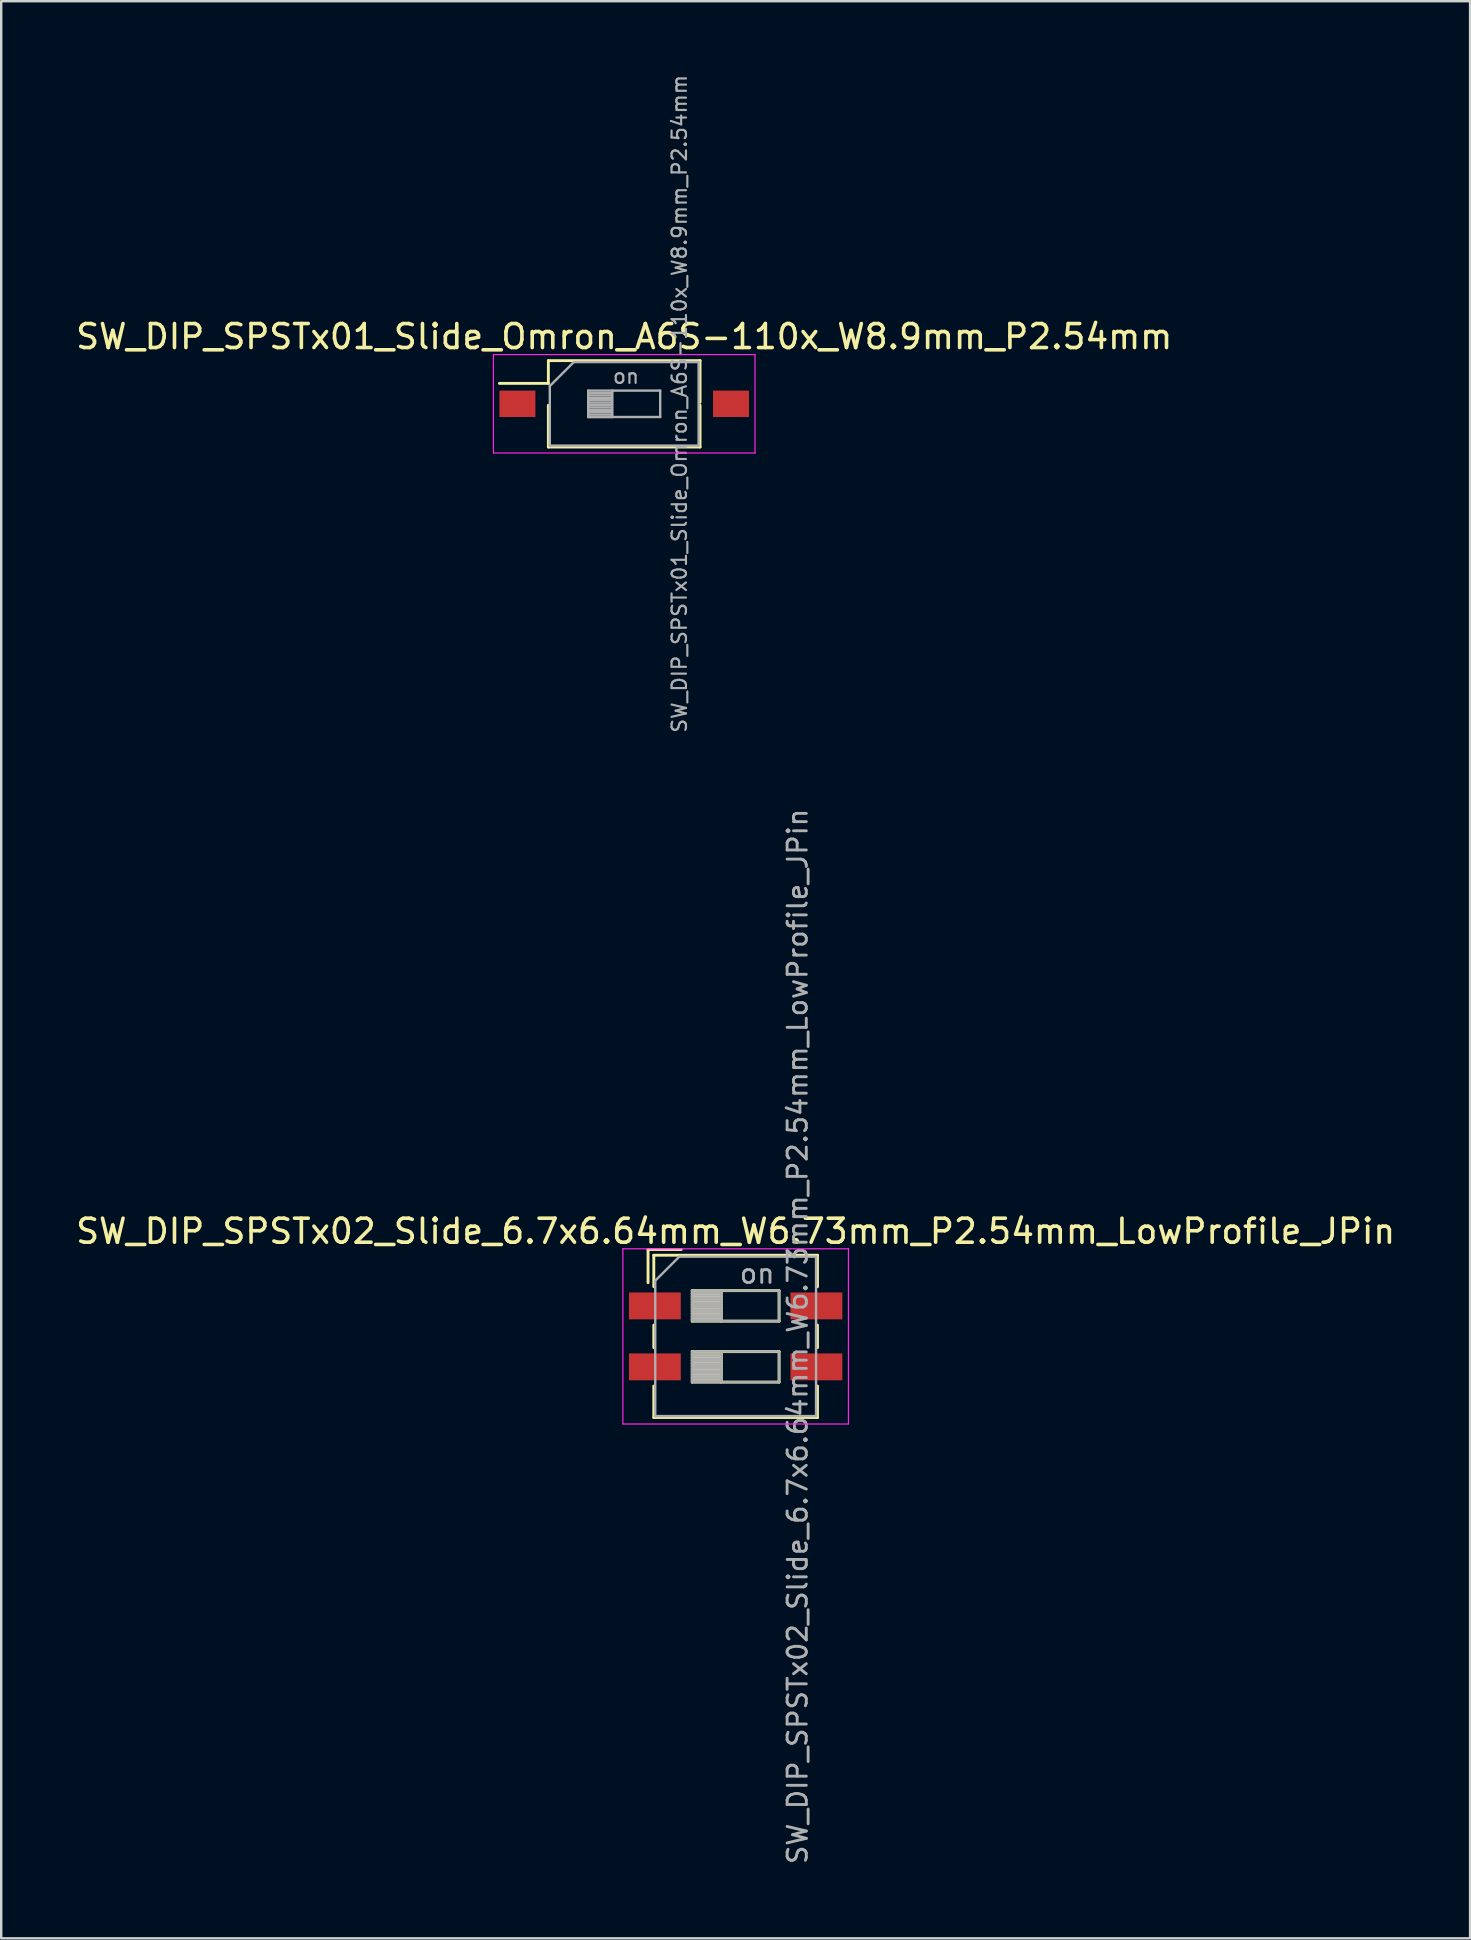
<source format=kicad_pcb>
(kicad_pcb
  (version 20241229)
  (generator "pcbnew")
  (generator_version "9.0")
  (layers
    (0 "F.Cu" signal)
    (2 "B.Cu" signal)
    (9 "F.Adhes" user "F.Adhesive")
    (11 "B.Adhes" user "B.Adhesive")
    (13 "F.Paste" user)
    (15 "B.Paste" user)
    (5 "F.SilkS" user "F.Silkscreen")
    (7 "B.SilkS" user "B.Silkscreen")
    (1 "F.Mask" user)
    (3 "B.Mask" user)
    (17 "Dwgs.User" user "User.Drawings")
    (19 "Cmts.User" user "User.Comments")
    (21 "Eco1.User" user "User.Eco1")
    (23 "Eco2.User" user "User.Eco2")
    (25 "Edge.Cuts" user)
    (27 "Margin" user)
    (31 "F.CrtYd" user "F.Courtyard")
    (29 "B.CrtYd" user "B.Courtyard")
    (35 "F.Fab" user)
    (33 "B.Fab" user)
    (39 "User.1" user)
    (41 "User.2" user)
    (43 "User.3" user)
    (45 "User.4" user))
  (footprint "SW_DIP_SPSTx01_Slide_Omron_A6S-110x_W8.9mm_P2.54mm"
    (layer "F.Cu")
    (at 22.958 13.775)
    (property "Reference" "SW_DIP_SPSTx01_Slide_Omron_A6S-110x_W8.9mm_P2.54mm" (at 0 -2.8 0) (layer "F.SilkS") (effects (font (size 1 1) (thickness 0.15))))
    (attr smd)
    (fp_line (start -5.2 -0.851) (end -3.16 -0.851) (stroke (width 0.12) (type solid)) (layer "F.SilkS"))
    (fp_line (start -3.16 -1.8) (end -3.16 -0.851) (stroke (width 0.12) (type solid)) (layer "F.SilkS"))
    (fp_line (start -3.16 -1.8) (end 3.16 -1.8) (stroke (width 0.12) (type solid)) (layer "F.SilkS"))
    (fp_line (start -3.16 0.061) (end -3.16 1.8) (stroke (width 0.12) (type solid)) (layer "F.SilkS"))
    (fp_line (start -3.16 1.8) (end 3.16 1.8) (stroke (width 0.12) (type solid)) (layer "F.SilkS"))
    (fp_line (start 3.16 -1.8) (end 3.16 -0.061) (stroke (width 0.12) (type solid)) (layer "F.SilkS"))
    (fp_line (start 3.16 0.061) (end 3.16 1.8) (stroke (width 0.12) (type solid)) (layer "F.SilkS"))
    (fp_line (start -5.45 -2.05) (end -5.45 2.05) (stroke (width 0.05) (type solid)) (layer "F.CrtYd"))
    (fp_line (start -5.45 2.05) (end 5.45 2.05) (stroke (width 0.05) (type solid)) (layer "F.CrtYd"))
    (fp_line (start 5.45 -2.05) (end -5.45 -2.05) (stroke (width 0.05) (type solid)) (layer "F.CrtYd"))
    (fp_line (start 5.45 2.05) (end 5.45 -2.05) (stroke (width 0.05) (type solid)) (layer "F.CrtYd"))
    (fp_line (start -3.1 -0.74) (end -2.1 -1.74) (stroke (width 0.1) (type solid)) (layer "F.Fab"))
    (fp_line (start -3.1 1.74) (end -3.1 -0.74) (stroke (width 0.1) (type solid)) (layer "F.Fab"))
    (fp_line (start -2.1 -1.74) (end 3.1 -1.74) (stroke (width 0.1) (type solid)) (layer "F.Fab"))
    (fp_line (start -1.5 -0.55) (end -1.5 0.55) (stroke (width 0.1) (type solid)) (layer "F.Fab"))
    (fp_line (start -1.5 -0.45) (end -0.5 -0.45) (stroke (width 0.1) (type solid)) (layer "F.Fab"))
    (fp_line (start -1.5 -0.35) (end -0.5 -0.35) (stroke (width 0.1) (type solid)) (layer "F.Fab"))
    (fp_line (start -1.5 -0.25) (end -0.5 -0.25) (stroke (width 0.1) (type solid)) (layer "F.Fab"))
    (fp_line (start -1.5 -0.15) (end -0.5 -0.15) (stroke (width 0.1) (type solid)) (layer "F.Fab"))
    (fp_line (start -1.5 -0.05) (end -0.5 -0.05) (stroke (width 0.1) (type solid)) (layer "F.Fab"))
    (fp_line (start -1.5 0.05) (end -0.5 0.05) (stroke (width 0.1) (type solid)) (layer "F.Fab"))
    (fp_line (start -1.5 0.15) (end -0.5 0.15) (stroke (width 0.1) (type solid)) (layer "F.Fab"))
    (fp_line (start -1.5 0.25) (end -0.5 0.25) (stroke (width 0.1) (type solid)) (layer "F.Fab"))
    (fp_line (start -1.5 0.35) (end -0.5 0.35) (stroke (width 0.1) (type solid)) (layer "F.Fab"))
    (fp_line (start -1.5 0.45) (end -0.5 0.45) (stroke (width 0.1) (type solid)) (layer "F.Fab"))
    (fp_line (start -1.5 0.55) (end -0.5 0.55) (stroke (width 0.1) (type solid)) (layer "F.Fab"))
    (fp_line (start -1.5 0.55) (end 1.5 0.55) (stroke (width 0.1) (type solid)) (layer "F.Fab"))
    (fp_line (start -0.5 -0.55) (end -0.5 0.55) (stroke (width 0.1) (type solid)) (layer "F.Fab"))
    (fp_line (start 1.5 -0.55) (end -1.5 -0.55) (stroke (width 0.1) (type solid)) (layer "F.Fab"))
    (fp_line (start 1.5 0.55) (end 1.5 -0.55) (stroke (width 0.1) (type solid)) (layer "F.Fab"))
    (fp_line (start 3.1 -1.74) (end 3.1 1.74) (stroke (width 0.1) (type solid)) (layer "F.Fab"))
    (fp_line (start 3.1 1.74) (end -3.1 1.74) (stroke (width 0.1) (type solid)) (layer "F.Fab"))
    (fp_text user "${REFERENCE}" (at 2.3 0 90) (layer "F.Fab") (effects (font (size 0.6 0.6) (thickness 0.09))))
    (fp_text user "on" (at 0.075 -1.145 0) (layer "F.Fab") (effects (font (size 0.6 0.6) (thickness 0.09))))
    (pad "1" smd rect (at -4.45 0) (size 1.5 1.1) (layers "F.Cu" "F.Mask" "F.Paste"))
    (pad "2" smd rect (at 4.45 0) (size 1.5 1.1) (layers "F.Cu" "F.Mask" "F.Paste")))
  (footprint "SW_DIP_SPSTx02_Slide_6.7x6.64mm_W6.73mm_P2.54mm_LowProfile_JPin"
    (layer "F.Cu")
    (at 27.601 52.631)
    (property "Reference" "SW_DIP_SPSTx02_Slide_6.7x6.64mm_W6.73mm_P2.54mm_LowProfile_JPin" (at 0 -4.38 0) (layer "F.SilkS") (effects (font (size 1 1) (thickness 0.15))))
    (attr smd)
    (fp_line (start -3.65 -3.62) (end -3.65 -2.237) (stroke (width 0.12) (type solid)) (layer "F.SilkS"))
    (fp_line (start -3.65 -3.62) (end -2.267 -3.62) (stroke (width 0.12) (type solid)) (layer "F.SilkS"))
    (fp_line (start -3.41 -3.38) (end -3.41 -2.07) (stroke (width 0.12) (type solid)) (layer "F.SilkS"))
    (fp_line (start -3.41 -3.38) (end 3.41 -3.38) (stroke (width 0.12) (type solid)) (layer "F.SilkS"))
    (fp_line (start -3.41 -0.47) (end -3.41 0.47) (stroke (width 0.12) (type solid)) (layer "F.SilkS"))
    (fp_line (start -3.41 2.07) (end -3.41 3.38) (stroke (width 0.12) (type solid)) (layer "F.SilkS"))
    (fp_line (start -3.41 3.38) (end 3.41 3.38) (stroke (width 0.12) (type solid)) (layer "F.SilkS"))
    (fp_line (start -1.81 -1.905) (end -1.81 -0.635) (stroke (width 0.12) (type solid)) (layer "F.SilkS"))
    (fp_line (start -1.81 -1.785) (end -0.603 -1.785) (stroke (width 0.12) (type solid)) (layer "F.SilkS"))
    (fp_line (start -1.81 -1.665) (end -0.603 -1.665) (stroke (width 0.12) (type solid)) (layer "F.SilkS"))
    (fp_line (start -1.81 -1.545) (end -0.603 -1.545) (stroke (width 0.12) (type solid)) (layer "F.SilkS"))
    (fp_line (start -1.81 -1.425) (end -0.603 -1.425) (stroke (width 0.12) (type solid)) (layer "F.SilkS"))
    (fp_line (start -1.81 -1.305) (end -0.603 -1.305) (stroke (width 0.12) (type solid)) (layer "F.SilkS"))
    (fp_line (start -1.81 -1.185) (end -0.603 -1.185) (stroke (width 0.12) (type solid)) (layer "F.SilkS"))
    (fp_line (start -1.81 -1.065) (end -0.603 -1.065) (stroke (width 0.12) (type solid)) (layer "F.SilkS"))
    (fp_line (start -1.81 -0.945) (end -0.603 -0.945) (stroke (width 0.12) (type solid)) (layer "F.SilkS"))
    (fp_line (start -1.81 -0.825) (end -0.603 -0.825) (stroke (width 0.12) (type solid)) (layer "F.SilkS"))
    (fp_line (start -1.81 -0.705) (end -0.603 -0.705) (stroke (width 0.12) (type solid)) (layer "F.SilkS"))
    (fp_line (start -1.81 -0.635) (end 1.81 -0.635) (stroke (width 0.12) (type solid)) (layer "F.SilkS"))
    (fp_line (start -1.81 0.635) (end -1.81 1.905) (stroke (width 0.12) (type solid)) (layer "F.SilkS"))
    (fp_line (start -1.81 0.755) (end -0.603 0.755) (stroke (width 0.12) (type solid)) (layer "F.SilkS"))
    (fp_line (start -1.81 0.875) (end -0.603 0.875) (stroke (width 0.12) (type solid)) (layer "F.SilkS"))
    (fp_line (start -1.81 0.995) (end -0.603 0.995) (stroke (width 0.12) (type solid)) (layer "F.SilkS"))
    (fp_line (start -1.81 1.115) (end -0.603 1.115) (stroke (width 0.12) (type solid)) (layer "F.SilkS"))
    (fp_line (start -1.81 1.235) (end -0.603 1.235) (stroke (width 0.12) (type solid)) (layer "F.SilkS"))
    (fp_line (start -1.81 1.355) (end -0.603 1.355) (stroke (width 0.12) (type solid)) (layer "F.SilkS"))
    (fp_line (start -1.81 1.475) (end -0.603 1.475) (stroke (width 0.12) (type solid)) (layer "F.SilkS"))
    (fp_line (start -1.81 1.595) (end -0.603 1.595) (stroke (width 0.12) (type solid)) (layer "F.SilkS"))
    (fp_line (start -1.81 1.715) (end -0.603 1.715) (stroke (width 0.12) (type solid)) (layer "F.SilkS"))
    (fp_line (start -1.81 1.835) (end -0.603 1.835) (stroke (width 0.12) (type solid)) (layer "F.SilkS"))
    (fp_line (start -1.81 1.905) (end 1.81 1.905) (stroke (width 0.12) (type solid)) (layer "F.SilkS"))
    (fp_line (start -0.603 -1.905) (end -0.603 -0.635) (stroke (width 0.12) (type solid)) (layer "F.SilkS"))
    (fp_line (start -0.603 0.635) (end -0.603 1.905) (stroke (width 0.12) (type solid)) (layer "F.SilkS"))
    (fp_line (start 1.81 -1.905) (end -1.81 -1.905) (stroke (width 0.12) (type solid)) (layer "F.SilkS"))
    (fp_line (start 1.81 -0.635) (end 1.81 -1.905) (stroke (width 0.12) (type solid)) (layer "F.SilkS"))
    (fp_line (start 1.81 0.635) (end -1.81 0.635) (stroke (width 0.12) (type solid)) (layer "F.SilkS"))
    (fp_line (start 1.81 1.905) (end 1.81 0.635) (stroke (width 0.12) (type solid)) (layer "F.SilkS"))
    (fp_line (start 3.41 -3.38) (end 3.41 -2.07) (stroke (width 0.12) (type solid)) (layer "F.SilkS"))
    (fp_line (start 3.41 -0.47) (end 3.41 0.47) (stroke (width 0.12) (type solid)) (layer "F.SilkS"))
    (fp_line (start 3.41 2.07) (end 3.41 3.38) (stroke (width 0.12) (type solid)) (layer "F.SilkS"))
    (fp_line (start -4.7 -3.65) (end -4.7 3.65) (stroke (width 0.05) (type solid)) (layer "F.CrtYd"))
    (fp_line (start -4.7 3.65) (end 4.7 3.65) (stroke (width 0.05) (type solid)) (layer "F.CrtYd"))
    (fp_line (start 4.7 -3.65) (end -4.7 -3.65) (stroke (width 0.05) (type solid)) (layer "F.CrtYd"))
    (fp_line (start 4.7 3.65) (end 4.7 -3.65) (stroke (width 0.05) (type solid)) (layer "F.CrtYd"))
    (fp_line (start -3.35 -2.32) (end -2.35 -3.32) (stroke (width 0.1) (type solid)) (layer "F.Fab"))
    (fp_line (start -3.35 3.32) (end -3.35 -2.32) (stroke (width 0.1) (type solid)) (layer "F.Fab"))
    (fp_line (start -2.35 -3.32) (end 3.35 -3.32) (stroke (width 0.1) (type solid)) (layer "F.Fab"))
    (fp_line (start -1.81 -1.905) (end -1.81 -0.635) (stroke (width 0.1) (type solid)) (layer "F.Fab"))
    (fp_line (start -1.81 -1.805) (end -0.603 -1.805) (stroke (width 0.1) (type solid)) (layer "F.Fab"))
    (fp_line (start -1.81 -1.705) (end -0.603 -1.705) (stroke (width 0.1) (type solid)) (layer "F.Fab"))
    (fp_line (start -1.81 -1.605) (end -0.603 -1.605) (stroke (width 0.1) (type solid)) (layer "F.Fab"))
    (fp_line (start -1.81 -1.505) (end -0.603 -1.505) (stroke (width 0.1) (type solid)) (layer "F.Fab"))
    (fp_line (start -1.81 -1.405) (end -0.603 -1.405) (stroke (width 0.1) (type solid)) (layer "F.Fab"))
    (fp_line (start -1.81 -1.305) (end -0.603 -1.305) (stroke (width 0.1) (type solid)) (layer "F.Fab"))
    (fp_line (start -1.81 -1.205) (end -0.603 -1.205) (stroke (width 0.1) (type solid)) (layer "F.Fab"))
    (fp_line (start -1.81 -1.105) (end -0.603 -1.105) (stroke (width 0.1) (type solid)) (layer "F.Fab"))
    (fp_line (start -1.81 -1.005) (end -0.603 -1.005) (stroke (width 0.1) (type solid)) (layer "F.Fab"))
    (fp_line (start -1.81 -0.905) (end -0.603 -0.905) (stroke (width 0.1) (type solid)) (layer "F.Fab"))
    (fp_line (start -1.81 -0.805) (end -0.603 -0.805) (stroke (width 0.1) (type solid)) (layer "F.Fab"))
    (fp_line (start -1.81 -0.705) (end -0.603 -0.705) (stroke (width 0.1) (type solid)) (layer "F.Fab"))
    (fp_line (start -1.81 -0.635) (end 1.81 -0.635) (stroke (width 0.1) (type solid)) (layer "F.Fab"))
    (fp_line (start -1.81 0.635) (end -1.81 1.905) (stroke (width 0.1) (type solid)) (layer "F.Fab"))
    (fp_line (start -1.81 0.735) (end -0.603 0.735) (stroke (width 0.1) (type solid)) (layer "F.Fab"))
    (fp_line (start -1.81 0.835) (end -0.603 0.835) (stroke (width 0.1) (type solid)) (layer "F.Fab"))
    (fp_line (start -1.81 0.935) (end -0.603 0.935) (stroke (width 0.1) (type solid)) (layer "F.Fab"))
    (fp_line (start -1.81 1.035) (end -0.603 1.035) (stroke (width 0.1) (type solid)) (layer "F.Fab"))
    (fp_line (start -1.81 1.135) (end -0.603 1.135) (stroke (width 0.1) (type solid)) (layer "F.Fab"))
    (fp_line (start -1.81 1.235) (end -0.603 1.235) (stroke (width 0.1) (type solid)) (layer "F.Fab"))
    (fp_line (start -1.81 1.335) (end -0.603 1.335) (stroke (width 0.1) (type solid)) (layer "F.Fab"))
    (fp_line (start -1.81 1.435) (end -0.603 1.435) (stroke (width 0.1) (type solid)) (layer "F.Fab"))
    (fp_line (start -1.81 1.535) (end -0.603 1.535) (stroke (width 0.1) (type solid)) (layer "F.Fab"))
    (fp_line (start -1.81 1.635) (end -0.603 1.635) (stroke (width 0.1) (type solid)) (layer "F.Fab"))
    (fp_line (start -1.81 1.735) (end -0.603 1.735) (stroke (width 0.1) (type solid)) (layer "F.Fab"))
    (fp_line (start -1.81 1.835) (end -0.603 1.835) (stroke (width 0.1) (type solid)) (layer "F.Fab"))
    (fp_line (start -1.81 1.905) (end 1.81 1.905) (stroke (width 0.1) (type solid)) (layer "F.Fab"))
    (fp_line (start -0.603 -1.905) (end -0.603 -0.635) (stroke (width 0.1) (type solid)) (layer "F.Fab"))
    (fp_line (start -0.603 0.635) (end -0.603 1.905) (stroke (width 0.1) (type solid)) (layer "F.Fab"))
    (fp_line (start 1.81 -1.905) (end -1.81 -1.905) (stroke (width 0.1) (type solid)) (layer "F.Fab"))
    (fp_line (start 1.81 -0.635) (end 1.81 -1.905) (stroke (width 0.1) (type solid)) (layer "F.Fab"))
    (fp_line (start 1.81 0.635) (end -1.81 0.635) (stroke (width 0.1) (type solid)) (layer "F.Fab"))
    (fp_line (start 1.81 1.905) (end 1.81 0.635) (stroke (width 0.1) (type solid)) (layer "F.Fab"))
    (fp_line (start 3.35 -3.32) (end 3.35 3.32) (stroke (width 0.1) (type solid)) (layer "F.Fab"))
    (fp_line (start 3.35 3.32) (end -3.35 3.32) (stroke (width 0.1) (type solid)) (layer "F.Fab"))
    (fp_text user "on" (at 0.897 -2.612 0) (layer "F.Fab") (effects (font (size 0.8 0.8) (thickness 0.12))))
    (fp_text user "${REFERENCE}" (at 2.58 0 90) (layer "F.Fab") (effects (font (size 0.8 0.8) (thickness 0.12))))
    (pad "1" smd rect (at -3.365 -1.27) (size 2.16 1.12) (layers "F.Cu" "F.Mask" "F.Paste"))
    (pad "2" smd rect (at -3.365 1.27) (size 2.16 1.12) (layers "F.Cu" "F.Mask" "F.Paste"))
    (pad "3" smd rect (at 3.365 1.27) (size 2.16 1.12) (layers "F.Cu" "F.Mask" "F.Paste"))
    (pad "4" smd rect (at 3.365 -1.27) (size 2.16 1.12) (layers "F.Cu" "F.Mask" "F.Paste")))
  (gr_rect
    (start -3 -3)
    (end 58.202 77.712)
    (stroke (width 0.1) (type default))
    (fill no)
    (layer "Edge.Cuts")))
</source>
